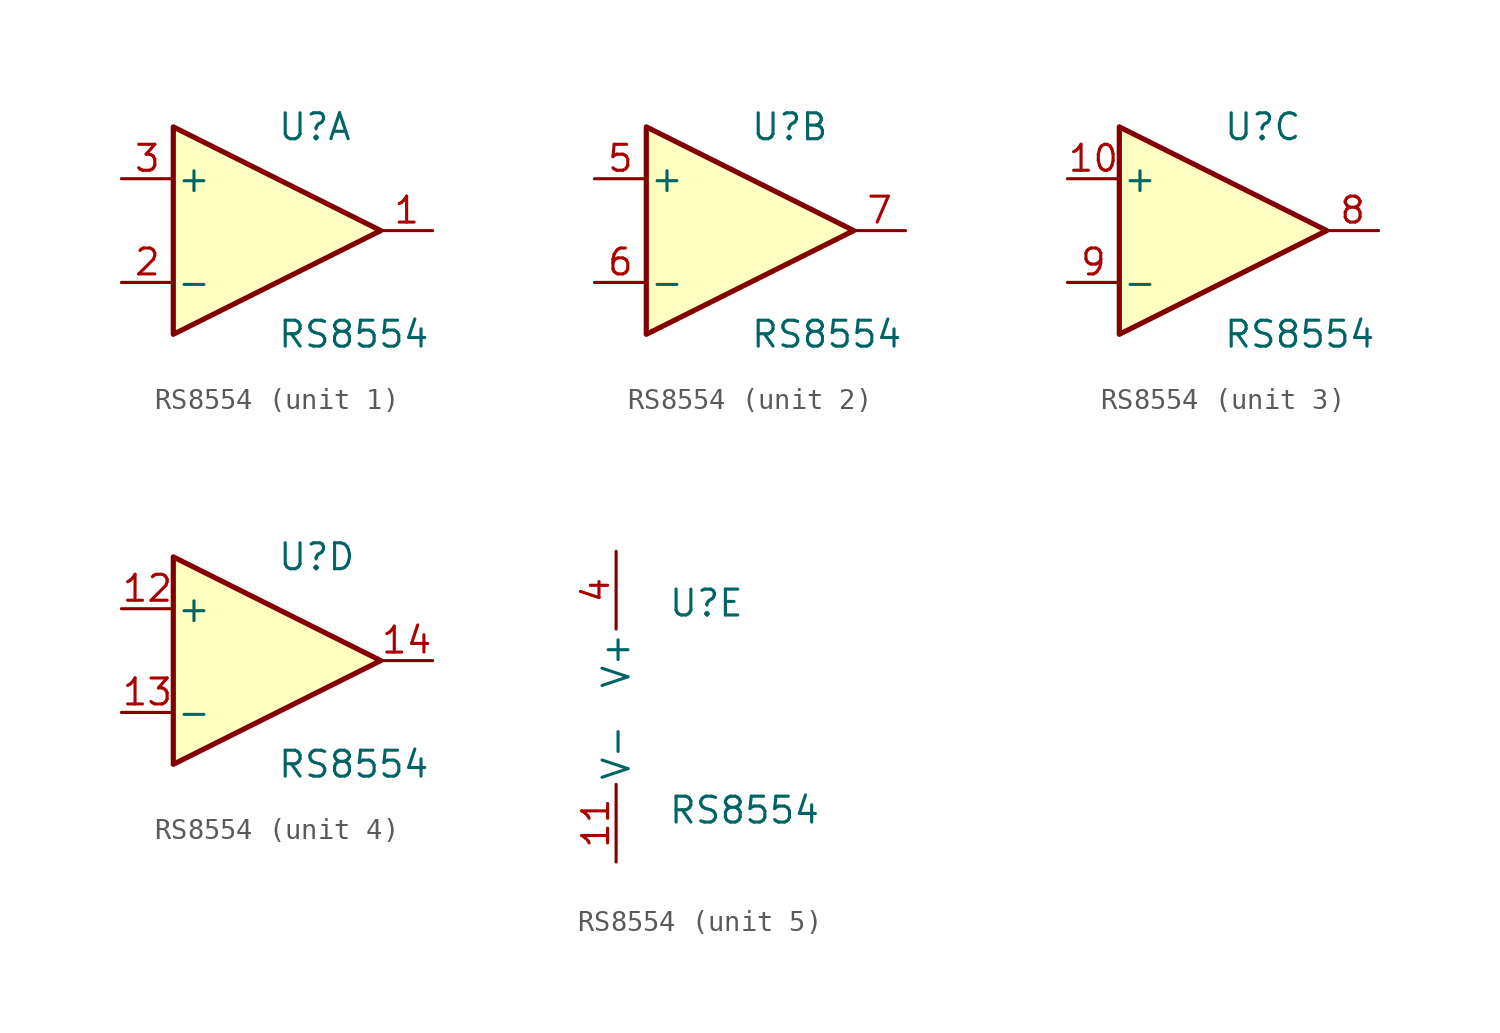
<source format=kicad_sym>
(kicad_symbol_lib
  (version 20211014)
  (generator kicad_symbol_editor)
  (symbol "RS8554"
    (pin_names
      (offset 0.127))
    (property "Reference" "U"
      (at 0 5.08 0)
      (effects (font (size 1.27 1.27)) (justify left)))
    (property "Value" "RS8554"
      (at 0 -5.08 0)
      (effects (font (size 1.27 1.27)) (justify left)))
    (property "ki_locked" ""
      (at 0 0 0)
      (effects (font (size 1.27 1.27))))
    (symbol "RS8554_1_1"
      (polyline (pts (xy -5.08 5.08) (xy 5.08 0) (xy -5.08 -5.08) (xy -5.08 5.08)) (stroke (width 0.254) (type default) (color 0 0 0 0)) (fill (type background)))
      (pin output line (at 7.62 0 180) (length 2.54) (name "~" (effects (font (size 1.27 1.27)))) (number "1" (effects (font (size 1.27 1.27)))))
      (pin input line (at -7.62 -2.54 0) (length 2.54) (name "-" (effects (font (size 1.27 1.27)))) (number "2" (effects (font (size 1.27 1.27)))))
      (pin input line (at -7.62 2.54 0) (length 2.54) (name "+" (effects (font (size 1.27 1.27)))) (number "3" (effects (font (size 1.27 1.27))))))
    (symbol "RS8554_2_1"
      (polyline (pts (xy -5.08 5.08) (xy 5.08 0) (xy -5.08 -5.08) (xy -5.08 5.08)) (stroke (width 0.254) (type default) (color 0 0 0 0)) (fill (type background)))
      (pin input line (at -7.62 2.54 0) (length 2.54) (name "+" (effects (font (size 1.27 1.27)))) (number "5" (effects (font (size 1.27 1.27)))))
      (pin input line (at -7.62 -2.54 0) (length 2.54) (name "-" (effects (font (size 1.27 1.27)))) (number "6" (effects (font (size 1.27 1.27)))))
      (pin output line (at 7.62 0 180) (length 2.54) (name "~" (effects (font (size 1.27 1.27)))) (number "7" (effects (font (size 1.27 1.27))))))
    (symbol "RS8554_3_1"
      (polyline (pts (xy -5.08 5.08) (xy 5.08 0) (xy -5.08 -5.08) (xy -5.08 5.08)) (stroke (width 0.254) (type default) (color 0 0 0 0)) (fill (type background)))
      (pin input line (at -7.62 2.54 0) (length 2.54) (name "+" (effects (font (size 1.27 1.27)))) (number "10" (effects (font (size 1.27 1.27)))))
      (pin output line (at 7.62 0 180) (length 2.54) (name "~" (effects (font (size 1.27 1.27)))) (number "8" (effects (font (size 1.27 1.27)))))
      (pin input line (at -7.62 -2.54 0) (length 2.54) (name "-" (effects (font (size 1.27 1.27)))) (number "9" (effects (font (size 1.27 1.27))))))
    (symbol "RS8554_4_1"
      (polyline (pts (xy -5.08 5.08) (xy 5.08 0) (xy -5.08 -5.08) (xy -5.08 5.08)) (stroke (width 0.254) (type default) (color 0 0 0 0)) (fill (type background)))
      (pin input line (at -7.62 2.54 0) (length 2.54) (name "+" (effects (font (size 1.27 1.27)))) (number "12" (effects (font (size 1.27 1.27)))))
      (pin input line (at -7.62 -2.54 0) (length 2.54) (name "-" (effects (font (size 1.27 1.27)))) (number "13" (effects (font (size 1.27 1.27)))))
      (pin output line (at 7.62 0 180) (length 2.54) (name "~" (effects (font (size 1.27 1.27)))) (number "14" (effects (font (size 1.27 1.27))))))
    (symbol "RS8554_5_1"
      (pin power_in line (at -2.54 -7.62 90) (length 3.81) (name "V-" (effects (font (size 1.27 1.27)))) (number "11" (effects (font (size 1.27 1.27)))))
      (pin power_in line (at -2.54 7.62 270) (length 3.81) (name "V+" (effects (font (size 1.27 1.27)))) (number "4" (effects (font (size 1.27 1.27))))))))
</source>
